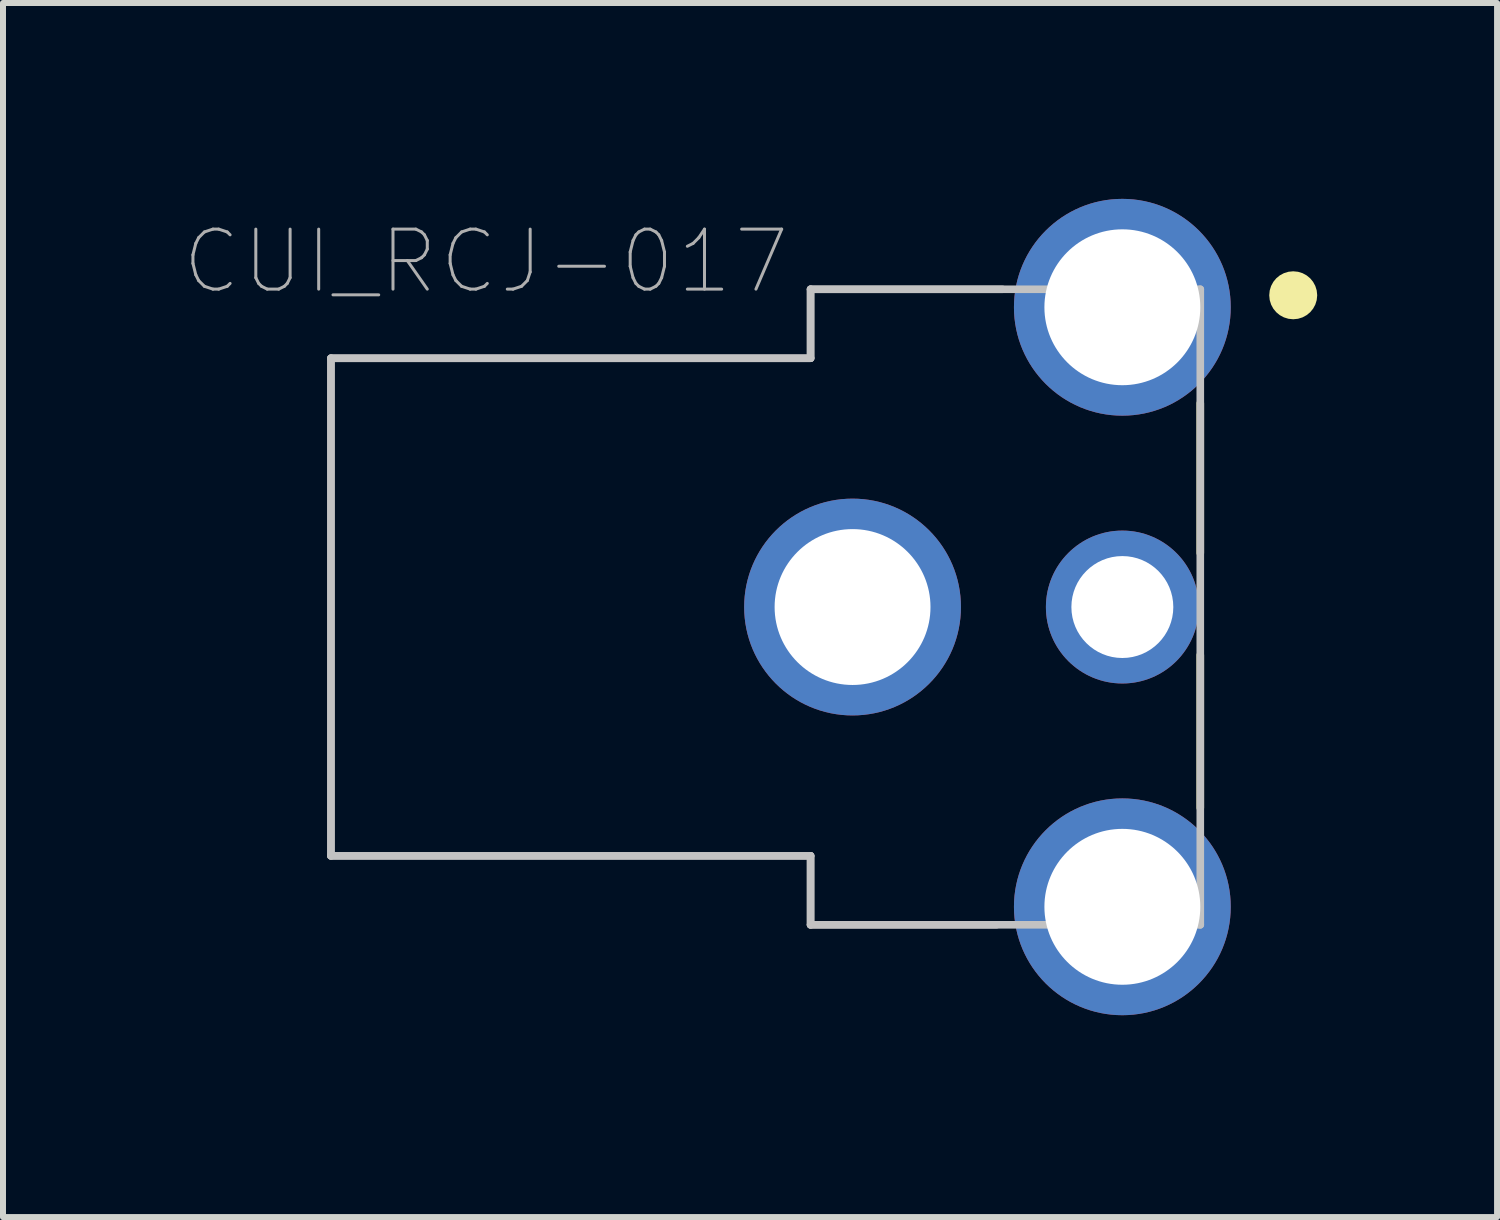
<source format=kicad_pcb>
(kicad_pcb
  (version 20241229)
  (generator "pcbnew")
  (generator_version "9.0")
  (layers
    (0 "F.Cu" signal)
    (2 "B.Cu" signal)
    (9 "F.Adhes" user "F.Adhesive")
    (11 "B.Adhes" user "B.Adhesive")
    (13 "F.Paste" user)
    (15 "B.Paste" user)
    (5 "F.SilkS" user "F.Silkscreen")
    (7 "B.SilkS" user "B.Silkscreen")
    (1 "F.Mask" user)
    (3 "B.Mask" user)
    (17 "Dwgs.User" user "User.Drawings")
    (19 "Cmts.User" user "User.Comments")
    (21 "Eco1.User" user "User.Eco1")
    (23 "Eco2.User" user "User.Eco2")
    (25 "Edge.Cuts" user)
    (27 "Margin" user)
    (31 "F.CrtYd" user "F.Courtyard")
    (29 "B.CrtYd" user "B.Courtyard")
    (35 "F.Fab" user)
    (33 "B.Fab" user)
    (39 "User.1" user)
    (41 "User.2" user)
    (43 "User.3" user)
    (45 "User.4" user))
  (footprint "CUI_RCJ-017"
    (layer "F.Cu")
    (at 9.72 7.075)
    (property "Reference" "CUI_RCJ-017" (at -4.666 -5.763 0) (layer "F.Fab") (effects (font (size 1.001 1.001) (thickness 0.05))))
    (attr through_hole)
    (fp_line (start 7.25 -0.9) (end 7.25 -3.4) (stroke (width 0.127) (type solid)) (layer "F.SilkS"))
    (fp_line (start 7.25 3.35) (end 7.25 0.8) (stroke (width 0.127) (type solid)) (layer "F.SilkS"))
    (fp_circle (center 8.8 -5.2) (end 9 -5.2) (stroke (width 0.4) (type solid)) (fill no) (layer "F.SilkS"))
    (fp_line (start -7.25 -4.15) (end -7.25 4.15) (stroke (width 0.127) (type solid)) (layer "Dwgs.User"))
    (fp_line (start -7.25 4.15) (end 0.75 4.15) (stroke (width 0.127) (type solid)) (layer "Dwgs.User"))
    (fp_line (start 0.75 -5.3) (end 0.75 -4.15) (stroke (width 0.127) (type solid)) (layer "Dwgs.User"))
    (fp_line (start 0.75 -4.15) (end -7.25 -4.15) (stroke (width 0.127) (type solid)) (layer "Dwgs.User"))
    (fp_line (start 0.75 4.15) (end 0.75 5.3) (stroke (width 0.127) (type solid)) (layer "Dwgs.User"))
    (fp_line (start 0.75 5.3) (end 7.25 5.3) (stroke (width 0.127) (type solid)) (layer "Dwgs.User"))
    (fp_line (start 7.25 -5.3) (end 0.75 -5.3) (stroke (width 0.127) (type solid)) (layer "Dwgs.User"))
    (fp_line (start 7.25 5.3) (end 7.25 -5.3) (stroke (width 0.127) (type solid)) (layer "Dwgs.User"))
    (fp_line (start -7.5 -4.4) (end -7.5 4.4) (stroke (width 0.05) (type solid)) (layer "Eco1.User"))
    (fp_line (start -7.5 4.4) (end 0.5 4.4) (stroke (width 0.05) (type solid)) (layer "Eco1.User"))
    (fp_line (start 0.5 -5.75) (end 0.5 -4.4) (stroke (width 0.05) (type solid)) (layer "Eco1.User"))
    (fp_line (start 0.5 -4.4) (end -7.5 -4.4) (stroke (width 0.05) (type solid)) (layer "Eco1.User"))
    (fp_line (start 0.5 4.4) (end 0.5 5.55) (stroke (width 0.05) (type solid)) (layer "Eco1.User"))
    (fp_line (start 0.5 5.55) (end 3.9 5.55) (stroke (width 0.05) (type solid)) (layer "Eco1.User"))
    (fp_line (start 3.9 -7.05) (end 8.1 -7.05) (stroke (width 0.05) (type solid)) (layer "Eco1.User"))
    (fp_line (start 3.9 -5.75) (end 0.5 -5.75) (stroke (width 0.05) (type solid)) (layer "Eco1.User"))
    (fp_line (start 3.9 -5.75) (end 3.9 -7.05) (stroke (width 0.05) (type solid)) (layer "Eco1.User"))
    (fp_line (start 3.9 7.15) (end 3.9 5.55) (stroke (width 0.05) (type solid)) (layer "Eco1.User"))
    (fp_line (start 7.6 -3.65) (end 7.6 3.55) (stroke (width 0.05) (type solid)) (layer "Eco1.User"))
    (fp_line (start 7.6 3.55) (end 8.1 3.55) (stroke (width 0.05) (type solid)) (layer "Eco1.User"))
    (fp_line (start 8.1 -7.05) (end 8.1 -3.65) (stroke (width 0.05) (type solid)) (layer "Eco1.User"))
    (fp_line (start 8.1 -3.65) (end 7.6 -3.65) (stroke (width 0.05) (type solid)) (layer "Eco1.User"))
    (fp_line (start 8.1 7.15) (end 3.9 7.15) (stroke (width 0.05) (type solid)) (layer "Eco1.User"))
    (fp_line (start 8.1 7.15) (end 8.1 3.55) (stroke (width 0.05) (type solid)) (layer "Eco1.User"))
    (fp_line (start -7.25 -4.15) (end -7.25 4.15) (stroke (width 0.127) (type solid)) (layer "F.Fab"))
    (fp_line (start -7.25 4.15) (end 0.75 4.15) (stroke (width 0.127) (type solid)) (layer "F.Fab"))
    (fp_line (start 0.75 -5.3) (end 0.75 -4.15) (stroke (width 0.127) (type solid)) (layer "F.Fab"))
    (fp_line (start 0.75 -4.15) (end -7.25 -4.15) (stroke (width 0.127) (type solid)) (layer "F.Fab"))
    (fp_line (start 0.75 4.15) (end 0.75 5.3) (stroke (width 0.127) (type solid)) (layer "F.Fab"))
    (fp_line (start 0.75 5.3) (end 3.85 5.3) (stroke (width 0.127) (type solid)) (layer "F.Fab"))
    (fp_line (start 3.95 -5.3) (end 0.75 -5.3) (stroke (width 0.127) (type solid)) (layer "F.Fab"))
    (pad "" thru_hole circle (at 1.45 0) (size 3.616 3.616) (drill 2.6) (layers "*.Cu" "*.Mask"))
    (pad "" thru_hole circle (at 5.95 -5) (size 3.616 3.616) (drill 2.6) (layers "*.Cu" "*.Mask"))
    (pad "1" thru_hole circle (at 5.95 0) (size 2.55 2.55) (drill 1.7) (layers "*.Cu" "*.Mask"))
    (pad "2" thru_hole circle (at 5.95 5) (size 3.616 3.616) (drill 2.6) (layers "*.Cu" "*.Mask")))
  (gr_rect
    (start -3 -3)
    (end 21.92 17.25)
    (stroke (width 0.1) (type default))
    (fill no)
    (layer "Edge.Cuts")))
</source>
